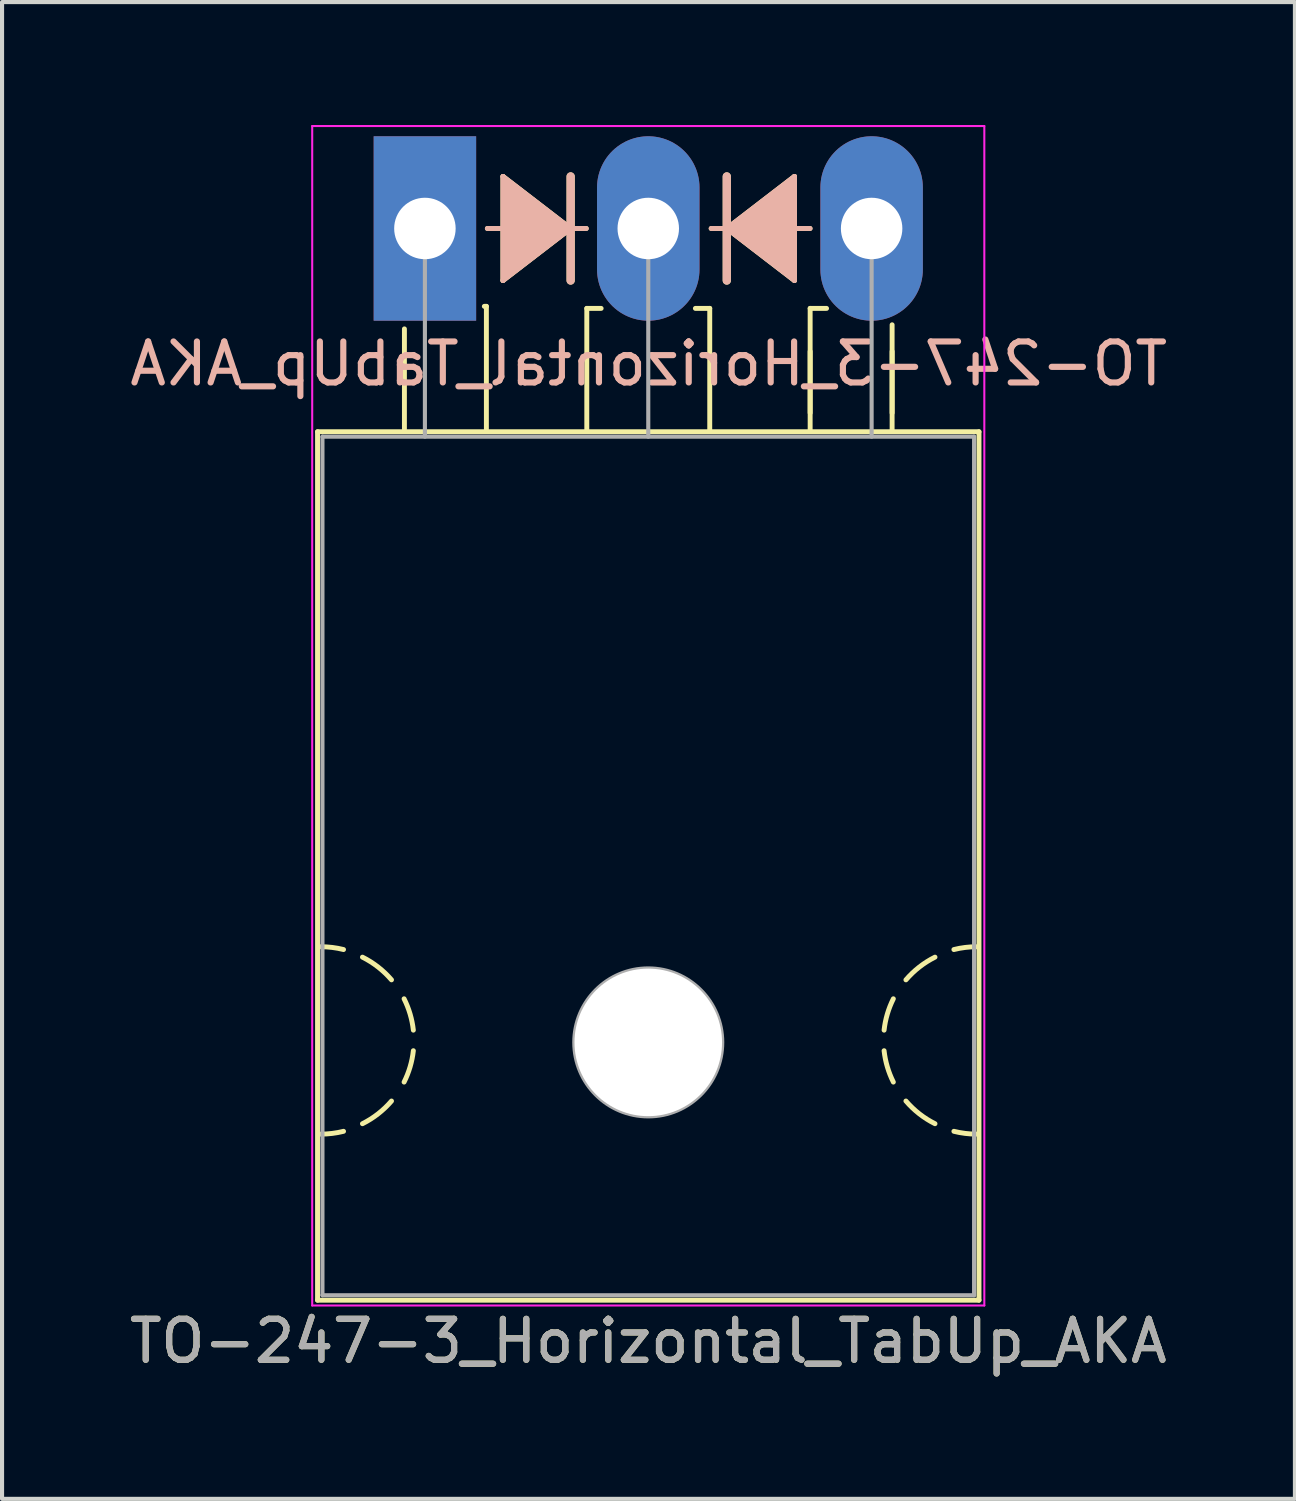
<source format=kicad_pcb>
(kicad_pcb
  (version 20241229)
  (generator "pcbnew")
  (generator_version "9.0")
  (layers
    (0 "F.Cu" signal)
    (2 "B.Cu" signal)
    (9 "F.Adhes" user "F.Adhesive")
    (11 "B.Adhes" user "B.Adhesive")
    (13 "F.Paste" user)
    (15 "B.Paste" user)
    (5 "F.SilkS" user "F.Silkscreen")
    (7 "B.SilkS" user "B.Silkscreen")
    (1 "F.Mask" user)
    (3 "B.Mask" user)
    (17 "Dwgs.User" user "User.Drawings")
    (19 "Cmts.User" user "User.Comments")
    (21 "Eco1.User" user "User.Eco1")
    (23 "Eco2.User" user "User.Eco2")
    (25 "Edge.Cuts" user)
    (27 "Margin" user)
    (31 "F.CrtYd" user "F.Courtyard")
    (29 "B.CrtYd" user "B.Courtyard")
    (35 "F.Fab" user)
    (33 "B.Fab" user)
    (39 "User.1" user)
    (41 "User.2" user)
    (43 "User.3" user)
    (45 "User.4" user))
  (footprint "TO-247-3_Horizontal_TabUp_AKA"
    (layer "F.Cu")
    (at 7.318 2.525)
    (property "Reference" "TO-247-3_Horizontal_TabUp_AKA" (at 5.45 27.15 0) (layer "F.SilkS") (effects (font (size 1 1) (thickness 0.15))))
    (fp_line (start -2.62 4.96) (end -2.62 26.15) (stroke (width 0.12) (type solid)) (layer "F.SilkS"))
    (fp_line (start -2.62 4.96) (end 13.52 4.96) (stroke (width 0.12) (type solid)) (layer "F.SilkS"))
    (fp_line (start -2.62 26.15) (end 13.52 26.15) (stroke (width 0.12) (type solid)) (layer "F.SilkS"))
    (fp_line (start -0.5 4.9) (end -0.5 2.45) (stroke (width 0.12) (type solid)) (layer "F.SilkS"))
    (fp_line (start 1.5 1.9) (end 1.45 1.9) (stroke (width 0.12) (type solid)) (layer "F.SilkS"))
    (fp_line (start 1.5 4.9) (end 1.5 1.9) (stroke (width 0.12) (type solid)) (layer "F.SilkS"))
    (fp_line (start 1.524 0) (end 1.905 0) (stroke (width 0.12) (type solid)) (layer "F.SilkS"))
    (fp_line (start 1.905 -1.27) (end 1.905 1.27) (stroke (width 0.12) (type solid)) (layer "F.SilkS"))
    (fp_line (start 1.905 1.27) (end 3.556 0) (stroke (width 0.12) (type solid)) (layer "F.SilkS"))
    (fp_line (start 3.556 0) (end 1.905 -1.27) (stroke (width 0.12) (type solid)) (layer "F.SilkS"))
    (fp_line (start 3.556 0) (end 3.556 -1.27) (stroke (width 0.2) (type solid)) (layer "F.SilkS"))
    (fp_line (start 3.556 1.27) (end 3.556 0) (stroke (width 0.2) (type solid)) (layer "F.SilkS"))
    (fp_line (start 3.937 0) (end 3.556 0) (stroke (width 0.12) (type solid)) (layer "F.SilkS"))
    (fp_line (start 3.95 1.95) (end 4.3 1.95) (stroke (width 0.12) (type solid)) (layer "F.SilkS"))
    (fp_line (start 3.95 4.95) (end 3.95 1.95) (stroke (width 0.12) (type solid)) (layer "F.SilkS"))
    (fp_line (start 6.95 1.95) (end 6.6 1.95) (stroke (width 0.12) (type solid)) (layer "F.SilkS"))
    (fp_line (start 6.95 4.95) (end 6.95 1.95) (stroke (width 0.12) (type solid)) (layer "F.SilkS"))
    (fp_line (start 6.985 0) (end 7.366 0) (stroke (width 0.12) (type solid)) (layer "F.SilkS"))
    (fp_line (start 7.366 -1.27) (end 7.366 0) (stroke (width 0.2) (type solid)) (layer "F.SilkS"))
    (fp_line (start 7.366 0) (end 7.366 1.27) (stroke (width 0.2) (type solid)) (layer "F.SilkS"))
    (fp_line (start 7.366 0) (end 9.017 1.27) (stroke (width 0.12) (type solid)) (layer "F.SilkS"))
    (fp_line (start 9.017 -1.27) (end 7.366 0) (stroke (width 0.12) (type solid)) (layer "F.SilkS"))
    (fp_line (start 9.017 1.27) (end 9.017 -1.27) (stroke (width 0.12) (type solid)) (layer "F.SilkS"))
    (fp_line (start 9.398 0) (end 9.017 0) (stroke (width 0.12) (type solid)) (layer "F.SilkS"))
    (fp_line (start 9.4 1.95) (end 9.8 1.95) (stroke (width 0.12) (type solid)) (layer "F.SilkS"))
    (fp_line (start 9.4 4.5) (end 9.4 3) (stroke (width 0.12) (type solid)) (layer "F.SilkS"))
    (fp_line (start 9.4 4.95) (end 9.4 1.95) (stroke (width 0.12) (type solid)) (layer "F.SilkS"))
    (fp_line (start 11.4 4.5) (end 11.4 3) (stroke (width 0.12) (type solid)) (layer "F.SilkS"))
    (fp_line (start 11.4 4.95) (end 11.4 2.35) (stroke (width 0.12) (type solid)) (layer "F.SilkS"))
    (fp_line (start 13.52 4.96) (end 13.52 26.15) (stroke (width 0.12) (type solid)) (layer "F.SilkS"))
    (fp_arc (start -2.54 17.526) (mid -2.260689 17.543128) (end -1.985564 17.594254) (stroke (width 0.12) (type solid)) (layer "F.SilkS"))
    (fp_arc (start -1.985564 22.029746) (mid -2.260689 22.080872) (end -2.54 22.098) (stroke (width 0.12) (type solid)) (layer "F.SilkS"))
    (fp_arc (start -1.524001 17.780001) (mid -1.14188 18.02132) (end -0.815088 18.333504) (stroke (width 0.12) (type solid)) (layer "F.SilkS"))
    (fp_arc (start -0.815087 21.290497) (mid -1.141879 21.60268) (end -1.524 21.844) (stroke (width 0.12) (type solid)) (layer "F.SilkS"))
    (fp_arc (start -0.508001 18.796001) (mid -0.361178 19.168563) (end -0.282051 19.561117) (stroke (width 0.12) (type solid)) (layer "F.SilkS"))
    (fp_arc (start -0.282051 20.062883) (mid -0.361178 20.455437) (end -0.508001 20.827999) (stroke (width 0.12) (type solid)) (layer "F.SilkS"))
    (fp_arc (start 11.204051 19.561117) (mid 11.283178 19.168563) (end 11.430001 18.796001) (stroke (width 0.12) (type solid)) (layer "F.SilkS"))
    (fp_arc (start 11.430001 20.827999) (mid 11.283178 20.455437) (end 11.204051 20.062883) (stroke (width 0.12) (type solid)) (layer "F.SilkS"))
    (fp_arc (start 11.737087 18.333503) (mid 12.063879 18.02132) (end 12.446 17.78) (stroke (width 0.12) (type solid)) (layer "F.SilkS"))
    (fp_arc (start 12.446001 21.843999) (mid 12.06388 21.60268) (end 11.737088 21.290496) (stroke (width 0.12) (type solid)) (layer "F.SilkS"))
    (fp_arc (start 12.907564 17.594254) (mid 13.182689 17.543128) (end 13.462 17.526) (stroke (width 0.12) (type solid)) (layer "F.SilkS"))
    (fp_arc (start 13.462 22.098) (mid 13.182689 22.080872) (end 12.907564 22.029746) (stroke (width 0.12) (type solid)) (layer "F.SilkS"))
    (fp_poly (pts (xy 3.556 0) (xy 1.905 1.27) (xy 1.905 -1.27)) (stroke (width 0.1) (type solid)) (fill yes) (layer "F.SilkS"))
    (fp_poly (pts (xy 9.017 1.27) (xy 7.366 0) (xy 9.017 -1.27)) (stroke (width 0.1) (type solid)) (fill yes) (layer "F.SilkS"))
    (fp_line (start 1.524 0) (end 1.905 0) (stroke (width 0.12) (type solid)) (layer "B.SilkS"))
    (fp_line (start 1.905 -1.27) (end 3.556 0) (stroke (width 0.12) (type solid)) (layer "B.SilkS"))
    (fp_line (start 1.905 1.27) (end 1.905 -1.27) (stroke (width 0.12) (type solid)) (layer "B.SilkS"))
    (fp_line (start 3.556 -1.27) (end 3.556 0) (stroke (width 0.2) (type solid)) (layer "B.SilkS"))
    (fp_line (start 3.556 0) (end 1.905 1.27) (stroke (width 0.12) (type solid)) (layer "B.SilkS"))
    (fp_line (start 3.556 0) (end 3.556 1.27) (stroke (width 0.2) (type solid)) (layer "B.SilkS"))
    (fp_line (start 3.937 0) (end 3.556 0) (stroke (width 0.12) (type solid)) (layer "B.SilkS"))
    (fp_line (start 6.985 0) (end 7.366 0) (stroke (width 0.12) (type solid)) (layer "B.SilkS"))
    (fp_line (start 7.366 0) (end 7.366 -1.27) (stroke (width 0.2) (type solid)) (layer "B.SilkS"))
    (fp_line (start 7.366 0) (end 9.017 -1.27) (stroke (width 0.12) (type solid)) (layer "B.SilkS"))
    (fp_line (start 7.366 1.27) (end 7.366 0) (stroke (width 0.2) (type solid)) (layer "B.SilkS"))
    (fp_line (start 9.017 -1.27) (end 9.017 1.27) (stroke (width 0.12) (type solid)) (layer "B.SilkS"))
    (fp_line (start 9.017 1.27) (end 7.366 0) (stroke (width 0.12) (type solid)) (layer "B.SilkS"))
    (fp_line (start 9.398 0) (end 9.017 0) (stroke (width 0.12) (type solid)) (layer "B.SilkS"))
    (fp_poly (pts (xy 3.556 0) (xy 1.905 -1.27) (xy 1.905 1.27)) (stroke (width 0.1) (type solid)) (fill yes) (layer "B.SilkS"))
    (fp_poly (pts (xy 9.017 -1.27) (xy 7.366 0) (xy 9.017 1.27)) (stroke (width 0.1) (type solid)) (fill yes) (layer "B.SilkS"))
    (fp_line (start -2.75 -2.5) (end -2.75 26.28) (stroke (width 0.05) (type solid)) (layer "F.CrtYd"))
    (fp_line (start -2.75 26.28) (end 13.65 26.28) (stroke (width 0.05) (type solid)) (layer "F.CrtYd"))
    (fp_line (start 13.65 -2.5) (end -2.75 -2.5) (stroke (width 0.05) (type solid)) (layer "F.CrtYd"))
    (fp_line (start 13.65 26.28) (end 13.65 -2.5) (stroke (width 0.05) (type solid)) (layer "F.CrtYd"))
    (fp_line (start -2.5 5.08) (end -2.5 26.03) (stroke (width 0.1) (type solid)) (layer "F.Fab"))
    (fp_line (start -2.5 26.03) (end 13.4 26.03) (stroke (width 0.1) (type solid)) (layer "F.Fab"))
    (fp_line (start 0 5.08) (end 0 0) (stroke (width 0.1) (type solid)) (layer "F.Fab"))
    (fp_line (start 5.45 5.08) (end 5.45 0) (stroke (width 0.1) (type solid)) (layer "F.Fab"))
    (fp_line (start 10.9 5.08) (end 10.9 0) (stroke (width 0.1) (type solid)) (layer "F.Fab"))
    (fp_line (start 13.4 5.08) (end -2.5 5.08) (stroke (width 0.1) (type solid)) (layer "F.Fab"))
    (fp_line (start 13.4 26.03) (end 13.4 5.08) (stroke (width 0.1) (type solid)) (layer "F.Fab"))
    (fp_circle (center 5.45 19.86) (end 7.255 19.86) (stroke (width 0.1) (type solid)) (fill no) (layer "F.Fab"))
    (fp_text user "${REFERENCE}" (at 5.461 3.302 0) (layer "B.SilkS") (effects (font (size 1 1) (thickness 0.15)) (justify mirror)))
    (fp_text user "${REFERENCE}" (at 5.45 27.15 0) (layer "F.Fab") (effects (font (size 1 1) (thickness 0.15))))
    (pad "" np_thru_hole oval (at 5.45 19.86) (size 3.6 3.6) (drill 3.6) (layers "*.Cu" "*.Mask"))
    (pad "1" thru_hole rect (at 0 0) (size 2.5 4.5) (drill 1.5) (layers "*.Cu" "*.Mask"))
    (pad "2" thru_hole oval (at 5.45 0) (size 2.5 4.5) (drill 1.5) (layers "*.Cu" "*.Mask"))
    (pad "3" thru_hole oval (at 10.9 0) (size 2.5 4.5) (drill 1.5) (layers "*.Cu" "*.Mask")))
  (gr_rect
    (start -3 -3)
    (end 28.547 33.523)
    (stroke (width 0.1) (type default))
    (fill no)
    (layer "Edge.Cuts")))
</source>
